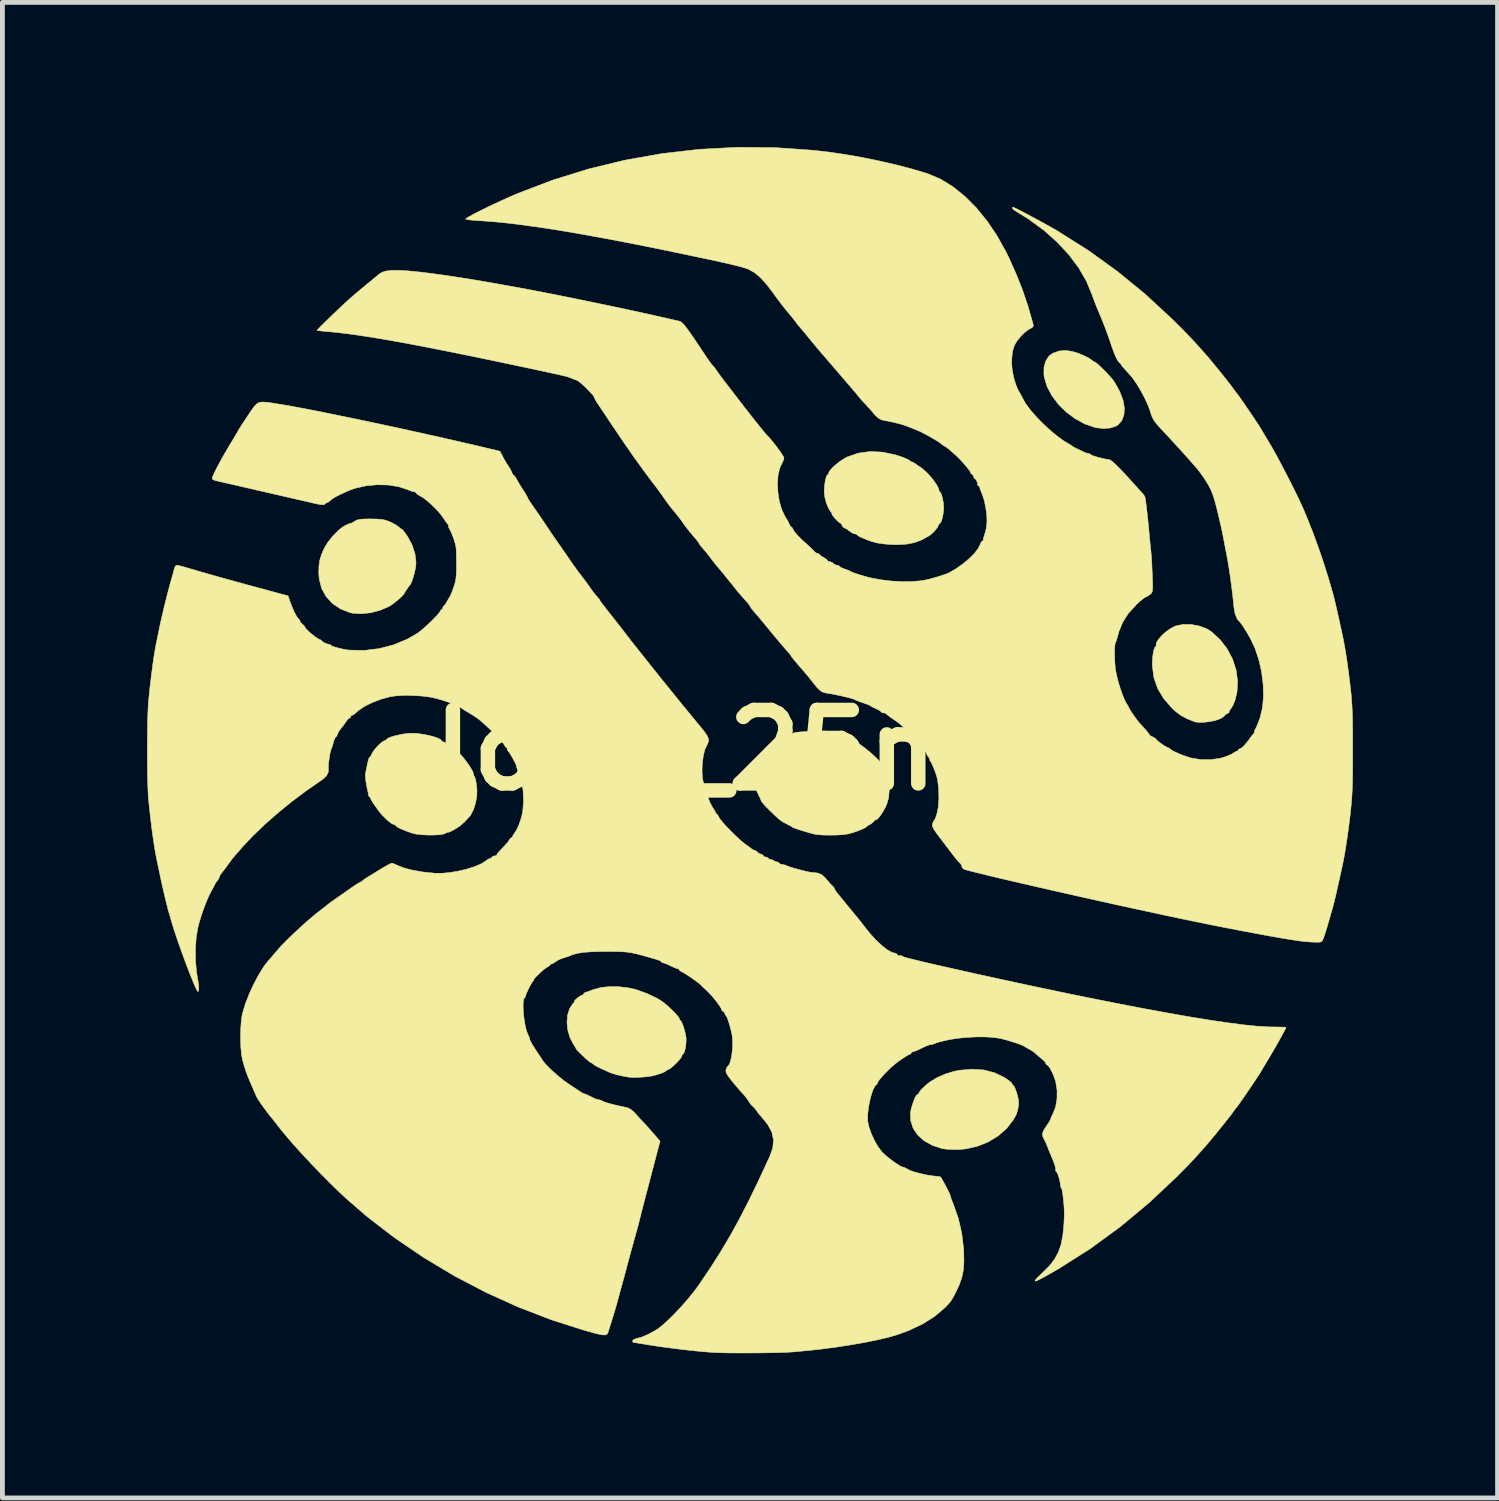
<source format=kicad_pcb>
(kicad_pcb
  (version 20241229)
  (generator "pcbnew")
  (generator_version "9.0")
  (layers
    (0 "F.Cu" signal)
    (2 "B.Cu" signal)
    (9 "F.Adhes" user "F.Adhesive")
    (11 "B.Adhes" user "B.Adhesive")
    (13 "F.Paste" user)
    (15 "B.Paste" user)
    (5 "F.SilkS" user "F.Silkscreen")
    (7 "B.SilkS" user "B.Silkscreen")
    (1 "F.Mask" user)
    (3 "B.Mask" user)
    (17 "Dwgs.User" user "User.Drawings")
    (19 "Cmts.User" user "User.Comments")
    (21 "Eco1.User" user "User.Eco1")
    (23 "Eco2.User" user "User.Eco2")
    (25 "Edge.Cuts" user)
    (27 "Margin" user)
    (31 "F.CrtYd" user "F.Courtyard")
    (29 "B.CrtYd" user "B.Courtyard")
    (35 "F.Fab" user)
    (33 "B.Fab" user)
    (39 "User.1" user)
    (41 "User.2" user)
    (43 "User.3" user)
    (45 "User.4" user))
  (footprint "logo_25mm"
    (layer "F.Cu")
    (at 12.512 12.509)
    (property "Reference" "logo_25mm" (at 0 0 0) (layer "F.SilkS") (effects (font (size 1.524 1.524) (thickness 0.3))))
    (attr through_hole)
    (fp_poly (pts (xy 6.698 -8.265) (xy 6.795 -8.234) (xy 6.896 -8.193) (xy 6.988 -8.15) (xy 7.052 -8.111) (xy 7.059 -8.106) (xy 7.11 -8.067) (xy 7.145 -8.048) (xy 7.149 -8.048) (xy 7.175 -8.031) (xy 7.227 -7.986) (xy 7.294 -7.923) (xy 7.368 -7.849) (xy 7.439 -7.774) (xy 7.499 -7.707) (xy 7.508 -7.697) (xy 7.553 -7.632) (xy 7.607 -7.54) (xy 7.66 -7.44) (xy 7.667 -7.425) (xy 7.731 -7.256) (xy 7.758 -7.098) (xy 7.749 -6.957) (xy 7.706 -6.839) (xy 7.628 -6.749) (xy 7.578 -6.718) (xy 7.464 -6.682) (xy 7.325 -6.671) (xy 7.179 -6.687) (xy 7.15 -6.693) (xy 6.938 -6.766) (xy 6.736 -6.876) (xy 6.551 -7.014) (xy 6.388 -7.175) (xy 6.254 -7.353) (xy 6.155 -7.541) (xy 6.097 -7.732) (xy 6.089 -7.791) (xy 6.09 -7.938) (xy 6.125 -8.067) (xy 6.189 -8.169) (xy 6.272 -8.232) (xy 6.408 -8.28) (xy 6.546 -8.291) (xy 6.698 -8.265)) (stroke (width 0.01) (type solid)) (fill yes) (layer "F.SilkS"))
    (fp_poly (pts (xy 9.146 -2.607) (xy 9.318 -2.574) (xy 9.475 -2.513) (xy 9.562 -2.458) (xy 9.744 -2.291) (xy 9.892 -2.098) (xy 10.003 -1.886) (xy 10.075 -1.662) (xy 10.106 -1.433) (xy 10.094 -1.205) (xy 10.051 -1.031) (xy 10.018 -0.949) (xy 9.98 -0.879) (xy 9.963 -0.858) (xy 9.934 -0.816) (xy 9.93 -0.791) (xy 9.922 -0.774) (xy 9.893 -0.761) (xy 9.852 -0.738) (xy 9.841 -0.721) (xy 9.821 -0.699) (xy 9.768 -0.666) (xy 9.723 -0.644) (xy 9.638 -0.615) (xy 9.529 -0.593) (xy 9.413 -0.579) (xy 9.307 -0.576) (xy 9.228 -0.585) (xy 9.219 -0.588) (xy 9.06 -0.651) (xy 8.933 -0.719) (xy 8.82 -0.804) (xy 8.746 -0.872) (xy 8.572 -1.071) (xy 8.447 -1.282) (xy 8.369 -1.508) (xy 8.338 -1.748) (xy 8.337 -1.806) (xy 8.343 -1.915) (xy 8.355 -2.013) (xy 8.372 -2.091) (xy 8.391 -2.136) (xy 8.402 -2.143) (xy 8.417 -2.161) (xy 8.415 -2.174) (xy 8.42 -2.225) (xy 8.461 -2.293) (xy 8.526 -2.37) (xy 8.609 -2.447) (xy 8.701 -2.514) (xy 8.793 -2.565) (xy 8.82 -2.576) (xy 8.974 -2.609) (xy 9.146 -2.607)) (stroke (width 0.01) (type solid)) (fill yes) (layer "F.SilkS"))
    (fp_poly (pts (xy 4.843 6.632) (xy 5.066 6.69) (xy 5.272 6.79) (xy 5.287 6.8) (xy 5.359 6.849) (xy 5.411 6.893) (xy 5.43 6.92) (xy 5.444 6.949) (xy 5.452 6.951) (xy 5.472 6.973) (xy 5.497 7.03) (xy 5.525 7.107) (xy 5.548 7.191) (xy 5.562 7.267) (xy 5.563 7.275) (xy 5.563 7.36) (xy 5.55 7.437) (xy 5.533 7.498) (xy 5.523 7.537) (xy 5.507 7.572) (xy 5.475 7.632) (xy 5.457 7.662) (xy 5.32 7.841) (xy 5.145 7.996) (xy 4.94 8.122) (xy 4.712 8.214) (xy 4.47 8.269) (xy 4.325 8.282) (xy 4.206 8.283) (xy 4.088 8.277) (xy 3.994 8.266) (xy 3.974 8.262) (xy 3.773 8.195) (xy 3.605 8.101) (xy 3.472 7.983) (xy 3.378 7.844) (xy 3.327 7.688) (xy 3.321 7.528) (xy 3.333 7.453) (xy 3.357 7.367) (xy 3.386 7.281) (xy 3.417 7.206) (xy 3.446 7.155) (xy 3.467 7.139) (xy 3.47 7.141) (xy 3.487 7.132) (xy 3.499 7.104) (xy 3.53 7.056) (xy 3.594 6.99) (xy 3.681 6.915) (xy 3.725 6.881) (xy 3.87 6.793) (xy 4.044 6.716) (xy 4.228 6.66) (xy 4.329 6.639) (xy 4.599 6.616) (xy 4.843 6.632)) (stroke (width 0.01) (type solid)) (fill yes) (layer "F.SilkS"))
    (fp_poly (pts (xy -7.745 -4.794) (xy -7.651 -4.787) (xy -7.577 -4.773) (xy -7.507 -4.749) (xy -7.475 -4.736) (xy -7.392 -4.695) (xy -7.323 -4.654) (xy -7.293 -4.63) (xy -7.252 -4.595) (xy -7.229 -4.584) (xy -7.207 -4.565) (xy -7.167 -4.514) (xy -7.116 -4.441) (xy -7.107 -4.429) (xy -7.015 -4.257) (xy -6.956 -4.077) (xy -6.934 -3.902) (xy -6.938 -3.828) (xy -6.951 -3.747) (xy -6.973 -3.653) (xy -7 -3.56) (xy -7.027 -3.484) (xy -7.049 -3.44) (xy -7.051 -3.438) (xy -7.077 -3.406) (xy -7.113 -3.355) (xy -7.149 -3.301) (xy -7.172 -3.262) (xy -7.176 -3.253) (xy -7.194 -3.226) (xy -7.241 -3.178) (xy -7.306 -3.12) (xy -7.379 -3.061) (xy -7.447 -3.011) (xy -7.496 -2.98) (xy -7.681 -2.901) (xy -7.877 -2.85) (xy -8.068 -2.829) (xy -8.243 -2.84) (xy -8.299 -2.852) (xy -8.498 -2.929) (xy -8.665 -3.041) (xy -8.797 -3.184) (xy -8.89 -3.353) (xy -8.941 -3.546) (xy -8.951 -3.675) (xy -8.947 -3.82) (xy -8.93 -3.938) (xy -8.897 -4.05) (xy -8.843 -4.177) (xy -8.843 -4.177) (xy -8.77 -4.301) (xy -8.667 -4.432) (xy -8.549 -4.553) (xy -8.482 -4.609) (xy -8.436 -4.639) (xy -8.422 -4.647) (xy -7.35 -4.647) (xy -7.338 -4.634) (xy -7.325 -4.647) (xy -7.338 -4.659) (xy -7.35 -4.647) (xy -8.422 -4.647) (xy -8.378 -4.671) (xy -8.323 -4.696) (xy -8.288 -4.707) (xy -8.283 -4.705) (xy -8.264 -4.712) (xy -8.22 -4.739) (xy -8.208 -4.746) (xy -8.167 -4.77) (xy -8.116 -4.784) (xy -8.044 -4.793) (xy -7.941 -4.796) (xy -7.873 -4.796) (xy -7.745 -4.794)) (stroke (width 0.01) (type solid)) (fill yes) (layer "F.SilkS"))
    (fp_poly (pts (xy -2.739 4.905) (xy -2.55 4.925) (xy -2.377 4.963) (xy -2.353 4.971) (xy -2.128 5.053) (xy -1.938 5.144) (xy -1.844 5.202) (xy -1.779 5.25) (xy -1.703 5.315) (xy -1.625 5.389) (xy -1.554 5.461) (xy -1.5 5.523) (xy -1.472 5.565) (xy -1.47 5.573) (xy -1.458 5.603) (xy -1.45 5.606) (xy -1.431 5.628) (xy -1.405 5.685) (xy -1.378 5.765) (xy -1.354 5.852) (xy -1.337 5.934) (xy -1.332 5.966) (xy -1.332 6.043) (xy -1.34 6.129) (xy -1.355 6.211) (xy -1.374 6.273) (xy -1.394 6.303) (xy -1.397 6.304) (xy -1.417 6.324) (xy -1.42 6.343) (xy -1.438 6.379) (xy -1.483 6.435) (xy -1.544 6.499) (xy -1.61 6.56) (xy -1.669 6.607) (xy -1.709 6.627) (xy -1.711 6.627) (xy -1.741 6.639) (xy -1.744 6.646) (xy -1.767 6.666) (xy -1.829 6.694) (xy -1.921 6.725) (xy -2.023 6.753) (xy -2.1 6.767) (xy -2.205 6.778) (xy -2.32 6.785) (xy -2.424 6.788) (xy -2.5 6.784) (xy -2.504 6.784) (xy -2.64 6.76) (xy -2.77 6.73) (xy -2.876 6.699) (xy -2.915 6.684) (xy -3.056 6.621) (xy -3.156 6.573) (xy -3.222 6.538) (xy -3.258 6.511) (xy -3.259 6.51) (xy -3.297 6.483) (xy -3.312 6.478) (xy -3.336 6.462) (xy -3.385 6.421) (xy -3.447 6.364) (xy -3.512 6.303) (xy -3.567 6.247) (xy -3.604 6.207) (xy -3.613 6.193) (xy -3.625 6.167) (xy -3.657 6.116) (xy -3.673 6.092) (xy -3.743 5.956) (xy -3.787 5.801) (xy -3.803 5.641) (xy -3.79 5.49) (xy -3.747 5.361) (xy -3.735 5.339) (xy -3.694 5.277) (xy -3.66 5.234) (xy -3.651 5.226) (xy -3.639 5.21) (xy -3.646 5.208) (xy -3.645 5.195) (xy -3.617 5.166) (xy -3.573 5.13) (xy -3.528 5.099) (xy -3.495 5.083) (xy -3.491 5.083) (xy -3.464 5.067) (xy -3.463 5.061) (xy -3.443 5.036) (xy -3.42 5.025) (xy -3.373 5.009) (xy -3.299 4.982) (xy -3.239 4.959) (xy -3.098 4.922) (xy -2.926 4.904) (xy -2.739 4.905)) (stroke (width 0.01) (type solid)) (fill yes) (layer "F.SilkS"))
    (fp_poly (pts (xy 2.743 -6.182) (xy 3.015 -6.124) (xy 3.17 -6.072) (xy 3.246 -6.04) (xy 3.297 -6.013) (xy 3.314 -5.998) (xy 3.334 -5.981) (xy 3.347 -5.98) (xy 3.389 -5.964) (xy 3.438 -5.93) (xy 3.484 -5.895) (xy 3.512 -5.88) (xy 3.537 -5.864) (xy 3.587 -5.823) (xy 3.648 -5.769) (xy 3.726 -5.687) (xy 3.8 -5.597) (xy 3.861 -5.509) (xy 3.9 -5.435) (xy 3.912 -5.393) (xy 3.923 -5.361) (xy 3.931 -5.357) (xy 3.951 -5.334) (xy 3.972 -5.277) (xy 3.991 -5.198) (xy 4.006 -5.112) (xy 4.011 -5.033) (xy 4.011 -5.031) (xy 4.006 -4.95) (xy 3.992 -4.863) (xy 3.974 -4.785) (xy 3.953 -4.729) (xy 3.935 -4.709) (xy 3.913 -4.688) (xy 3.899 -4.658) (xy 3.867 -4.602) (xy 3.811 -4.535) (xy 3.746 -4.474) (xy 3.709 -4.447) (xy 3.553 -4.361) (xy 3.404 -4.305) (xy 3.246 -4.274) (xy 3.063 -4.263) (xy 2.992 -4.263) (xy 2.868 -4.269) (xy 2.745 -4.281) (xy 2.644 -4.296) (xy 2.616 -4.302) (xy 2.53 -4.325) (xy 2.459 -4.348) (xy 2.429 -4.359) (xy 2.371 -4.384) (xy 2.3 -4.413) (xy 2.298 -4.414) (xy 2.245 -4.441) (xy 2.218 -4.463) (xy 2.217 -4.466) (xy 2.197 -4.482) (xy 2.171 -4.485) (xy 2.123 -4.5) (xy 2.063 -4.539) (xy 2.053 -4.547) (xy 1.999 -4.588) (xy 1.957 -4.608) (xy 1.951 -4.609) (xy 1.921 -4.63) (xy 1.906 -4.659) (xy 1.883 -4.699) (xy 1.866 -4.709) (xy 1.84 -4.725) (xy 1.798 -4.764) (xy 1.751 -4.813) (xy 1.713 -4.859) (xy 1.693 -4.891) (xy 1.694 -4.897) (xy 1.689 -4.917) (xy 1.665 -4.949) (xy 1.619 -5.023) (xy 1.577 -5.127) (xy 1.546 -5.243) (xy 1.534 -5.332) (xy 1.534 -5.414) (xy 1.542 -5.505) (xy 1.555 -5.592) (xy 1.572 -5.662) (xy 1.591 -5.702) (xy 1.598 -5.706) (xy 1.618 -5.726) (xy 1.619 -5.739) (xy 1.639 -5.784) (xy 1.691 -5.846) (xy 1.766 -5.916) (xy 1.854 -5.986) (xy 1.945 -6.046) (xy 2.006 -6.08) (xy 2.236 -6.16) (xy 2.483 -6.194) (xy 2.743 -6.182)) (stroke (width 0.01) (type solid)) (fill yes) (layer "F.SilkS"))
    (fp_poly (pts (xy -6.915 -0.347) (xy -6.796 -0.331) (xy -6.676 -0.308) (xy -6.567 -0.28) (xy -6.478 -0.249) (xy -6.421 -0.218) (xy -6.403 -0.193) (xy -6.383 -0.176) (xy -6.372 -0.174) (xy -6.337 -0.161) (xy -6.277 -0.127) (xy -6.204 -0.081) (xy -6.134 -0.033) (xy -6.081 0.009) (xy -6.058 0.033) (xy -6.036 0.063) (xy -5.996 0.107) (xy -5.941 0.169) (xy -5.881 0.248) (xy -5.824 0.33) (xy -5.778 0.404) (xy -5.751 0.458) (xy -5.748 0.473) (xy -5.734 0.527) (xy -5.726 0.54) (xy -5.702 0.596) (xy -5.683 0.696) (xy -5.67 0.822) (xy -5.673 0.951) (xy -5.698 1.091) (xy -5.739 1.225) (xy -5.793 1.333) (xy -5.815 1.364) (xy -5.922 1.483) (xy -6.025 1.572) (xy -6.135 1.643) (xy -6.207 1.681) (xy -6.259 1.704) (xy -6.279 1.706) (xy -6.279 1.706) (xy -6.294 1.705) (xy -6.319 1.721) (xy -6.368 1.741) (xy -6.455 1.754) (xy -6.566 1.76) (xy -6.69 1.76) (xy -6.813 1.754) (xy -6.923 1.742) (xy -7.009 1.723) (xy -7.014 1.721) (xy -7.15 1.672) (xy -7.255 1.629) (xy -7.323 1.593) (xy -7.35 1.568) (xy -7.35 1.567) (xy -7.37 1.547) (xy -7.384 1.545) (xy -7.434 1.525) (xy -7.512 1.466) (xy -7.607 1.377) (xy -7.655 1.324) (xy -7.713 1.252) (xy -7.771 1.171) (xy -7.824 1.095) (xy -7.862 1.032) (xy -7.879 0.994) (xy -7.879 0.99) (xy -7.891 0.972) (xy -7.894 0.972) (xy -7.915 0.952) (xy -7.917 0.941) (xy -7.924 0.893) (xy -7.935 0.847) (xy -7.955 0.753) (xy -7.972 0.655) (xy -7.982 0.568) (xy -7.985 0.509) (xy -7.984 0.501) (xy -7.956 0.355) (xy -7.934 0.252) (xy -7.918 0.188) (xy -7.904 0.156) (xy -7.896 0.149) (xy -7.875 0.129) (xy -7.859 0.093) (xy -7.829 0.037) (xy -7.777 -0.032) (xy -7.714 -0.102) (xy -7.651 -0.16) (xy -7.599 -0.194) (xy -7.581 -0.199) (xy -7.552 -0.212) (xy -7.549 -0.22) (xy -7.526 -0.243) (xy -7.465 -0.27) (xy -7.377 -0.297) (xy -7.273 -0.321) (xy -7.165 -0.34) (xy -7.063 -0.351) (xy -7.026 -0.352) (xy -6.915 -0.347)) (stroke (width 0.01) (type solid)) (fill yes) (layer "F.SilkS"))
    (fp_poly (pts (xy 1.51 -0.386) (xy 1.616 -0.372) (xy 1.719 -0.35) (xy 1.721 -0.35) (xy 1.88 -0.306) (xy 1.997 -0.27) (xy 2.068 -0.24) (xy 2.093 -0.218) (xy 2.093 -0.218) (xy 2.112 -0.2) (xy 2.116 -0.199) (xy 2.167 -0.183) (xy 2.242 -0.14) (xy 2.333 -0.077) (xy 2.431 -0.000423) (xy 2.528 0.081) (xy 2.614 0.161) (xy 2.682 0.232) (xy 2.721 0.287) (xy 2.728 0.308) (xy 2.741 0.347) (xy 2.773 0.402) (xy 2.773 0.402) (xy 2.81 0.469) (xy 2.831 0.526) (xy 2.866 0.708) (xy 2.879 0.858) (xy 2.868 0.988) (xy 2.833 1.11) (xy 2.797 1.192) (xy 2.758 1.263) (xy 2.713 1.333) (xy 2.67 1.392) (xy 2.636 1.43) (xy 2.617 1.438) (xy 2.616 1.432) (xy 2.602 1.438) (xy 2.566 1.472) (xy 2.557 1.481) (xy 2.51 1.524) (xy 2.474 1.544) (xy 2.471 1.545) (xy 2.435 1.563) (xy 2.424 1.576) (xy 2.387 1.605) (xy 2.314 1.641) (xy 2.219 1.679) (xy 2.115 1.713) (xy 2.014 1.739) (xy 2.007 1.74) (xy 1.912 1.753) (xy 1.789 1.76) (xy 1.652 1.762) (xy 1.517 1.76) (xy 1.401 1.752) (xy 1.321 1.74) (xy 1.233 1.716) (xy 1.134 1.687) (xy 1.036 1.657) (xy 0.952 1.629) (xy 0.893 1.607) (xy 0.872 1.596) (xy 0.844 1.578) (xy 0.787 1.547) (xy 0.76 1.533) (xy 0.704 1.505) (xy 0.659 1.478) (xy 0.614 1.446) (xy 0.561 1.401) (xy 0.491 1.335) (xy 0.405 1.252) (xy 0.329 1.176) (xy 0.268 1.11) (xy 0.232 1.064) (xy 0.224 1.048) (xy 0.212 1.008) (xy 0.186 0.961) (xy 0.127 0.835) (xy 0.092 0.679) (xy 0.083 0.512) (xy 0.102 0.349) (xy 0.102 0.346) (xy 0.122 0.268) (xy 0.141 0.215) (xy 0.152 0.199) (xy 0.17 0.178) (xy 0.184 0.141) (xy 0.208 0.095) (xy 0.257 0.031) (xy 0.321 -0.04) (xy 0.39 -0.109) (xy 0.453 -0.165) (xy 0.5 -0.196) (xy 0.513 -0.199) (xy 0.545 -0.213) (xy 0.548 -0.224) (xy 0.567 -0.248) (xy 0.574 -0.249) (xy 0.611 -0.259) (xy 0.675 -0.283) (xy 0.714 -0.301) (xy 0.781 -0.328) (xy 0.829 -0.34) (xy 0.841 -0.338) (xy 0.869 -0.34) (xy 0.889 -0.353) (xy 0.928 -0.365) (xy 1.008 -0.376) (xy 1.12 -0.384) (xy 1.23 -0.389) (xy 1.387 -0.391) (xy 1.51 -0.386)) (stroke (width 0.01) (type solid)) (fill yes) (layer "F.SilkS"))
    (fp_poly (pts (xy 0.51 -12.498) (xy 1.295 -12.443) (xy 1.619 -12.406) (xy 1.959 -12.357) (xy 2.317 -12.294) (xy 2.679 -12.22) (xy 3.031 -12.139) (xy 3.362 -12.052) (xy 3.657 -11.964) (xy 3.68 -11.956) (xy 3.942 -11.846) (xy 4.199 -11.689) (xy 4.449 -11.488) (xy 4.688 -11.248) (xy 4.914 -10.971) (xy 5.122 -10.66) (xy 5.311 -10.32) (xy 5.356 -10.228) (xy 5.512 -9.879) (xy 5.644 -9.548) (xy 5.758 -9.211) (xy 5.862 -8.848) (xy 5.867 -8.829) (xy 5.867 -8.787) (xy 5.83 -8.756) (xy 5.807 -8.746) (xy 5.75 -8.711) (xy 5.679 -8.653) (xy 5.619 -8.594) (xy 5.531 -8.489) (xy 5.473 -8.386) (xy 5.438 -8.271) (xy 5.423 -8.131) (xy 5.421 -8.01) (xy 5.433 -7.877) (xy 5.462 -7.73) (xy 5.504 -7.588) (xy 5.554 -7.469) (xy 5.58 -7.425) (xy 5.622 -7.352) (xy 5.651 -7.293) (xy 5.711 -7.186) (xy 5.805 -7.06) (xy 5.924 -6.922) (xy 6.061 -6.781) (xy 6.207 -6.645) (xy 6.355 -6.521) (xy 6.496 -6.418) (xy 6.604 -6.353) (xy 6.653 -6.324) (xy 6.677 -6.306) (xy 6.706 -6.287) (xy 6.763 -6.257) (xy 6.789 -6.245) (xy 6.862 -6.211) (xy 6.92 -6.182) (xy 6.932 -6.176) (xy 6.988 -6.157) (xy 7.013 -6.154) (xy 7.047 -6.144) (xy 7.051 -6.135) (xy 7.073 -6.12) (xy 7.13 -6.099) (xy 7.208 -6.076) (xy 7.293 -6.054) (xy 7.371 -6.037) (xy 7.427 -6.029) (xy 7.433 -6.029) (xy 7.467 -6.017) (xy 7.52 -5.977) (xy 7.595 -5.907) (xy 7.695 -5.806) (xy 7.822 -5.67) (xy 7.935 -5.545) (xy 8.012 -5.46) (xy 8.079 -5.386) (xy 8.128 -5.333) (xy 8.146 -5.313) (xy 8.18 -5.263) (xy 8.189 -5.235) (xy 8.201 -5.158) (xy 8.215 -5.045) (xy 8.231 -4.907) (xy 8.247 -4.758) (xy 8.262 -4.61) (xy 8.272 -4.497) (xy 8.283 -4.376) (xy 8.294 -4.264) (xy 8.303 -4.176) (xy 8.308 -4.136) (xy 8.313 -4.08) (xy 8.32 -3.986) (xy 8.327 -3.865) (xy 8.333 -3.728) (xy 8.336 -3.667) (xy 8.342 -3.521) (xy 8.344 -3.416) (xy 8.343 -3.344) (xy 8.337 -3.297) (xy 8.327 -3.268) (xy 8.31 -3.246) (xy 8.304 -3.24) (xy 8.247 -3.199) (xy 8.205 -3.179) (xy 8.164 -3.155) (xy 8.1 -3.105) (xy 8.026 -3.039) (xy 8.007 -3.02) (xy 7.845 -2.843) (xy 7.727 -2.66) (xy 7.645 -2.462) (xy 7.622 -2.379) (xy 7.601 -2.303) (xy 7.581 -2.246) (xy 7.573 -2.23) (xy 7.562 -2.19) (xy 7.556 -2.112) (xy 7.554 -2.009) (xy 7.556 -1.893) (xy 7.563 -1.776) (xy 7.574 -1.67) (xy 7.578 -1.644) (xy 7.601 -1.533) (xy 7.635 -1.404) (xy 7.676 -1.27) (xy 7.721 -1.144) (xy 7.763 -1.04) (xy 7.799 -0.971) (xy 7.801 -0.968) (xy 7.834 -0.918) (xy 7.848 -0.889) (xy 7.848 -0.888) (xy 7.862 -0.86) (xy 7.896 -0.804) (xy 7.943 -0.734) (xy 7.994 -0.662) (xy 8.04 -0.601) (xy 8.06 -0.577) (xy 8.108 -0.522) (xy 8.17 -0.454) (xy 8.191 -0.431) (xy 8.238 -0.376) (xy 8.268 -0.335) (xy 8.272 -0.324) (xy 8.292 -0.303) (xy 8.342 -0.276) (xy 8.347 -0.274) (xy 8.398 -0.247) (xy 8.421 -0.224) (xy 8.421 -0.223) (xy 8.44 -0.199) (xy 8.488 -0.161) (xy 8.549 -0.117) (xy 8.611 -0.077) (xy 8.657 -0.053) (xy 8.67 -0.05) (xy 8.699 -0.032) (xy 8.7 -0.03) (xy 8.729 -0.006) (xy 8.793 0.029) (xy 8.881 0.069) (xy 8.98 0.109) (xy 9.078 0.143) (xy 9.14 0.161) (xy 9.337 0.194) (xy 9.544 0.196) (xy 9.74 0.169) (xy 9.819 0.147) (xy 9.907 0.115) (xy 9.979 0.083) (xy 10.018 0.06) (xy 10.063 0.031) (xy 10.086 0.025) (xy 10.114 0.008) (xy 10.116 0) (xy 10.135 -0.023) (xy 10.147 -0.025) (xy 10.187 -0.045) (xy 10.246 -0.099) (xy 10.314 -0.18) (xy 10.365 -0.249) (xy 10.408 -0.308) (xy 10.443 -0.348) (xy 10.451 -0.355) (xy 10.462 -0.371) (xy 10.455 -0.373) (xy 10.451 -0.391) (xy 10.47 -0.43) (xy 10.496 -0.48) (xy 10.53 -0.561) (xy 10.566 -0.658) (xy 10.573 -0.677) (xy 10.622 -0.88) (xy 10.643 -1.113) (xy 10.636 -1.363) (xy 10.604 -1.621) (xy 10.547 -1.875) (xy 10.467 -2.114) (xy 10.368 -2.323) (xy 10.318 -2.41) (xy 10.265 -2.497) (xy 10.217 -2.572) (xy 10.181 -2.625) (xy 10.167 -2.641) (xy 10.096 -2.724) (xy 10.05 -2.842) (xy 10.029 -2.971) (xy 10.007 -3.186) (xy 9.979 -3.418) (xy 9.947 -3.65) (xy 9.913 -3.866) (xy 9.88 -4.05) (xy 9.878 -4.061) (xy 9.855 -4.176) (xy 9.833 -4.295) (xy 9.815 -4.385) (xy 9.801 -4.46) (xy 9.787 -4.532) (xy 9.769 -4.612) (xy 9.746 -4.712) (xy 9.716 -4.841) (xy 9.691 -4.946) (xy 9.647 -5.123) (xy 9.605 -5.264) (xy 9.56 -5.382) (xy 9.507 -5.489) (xy 9.44 -5.598) (xy 9.411 -5.643) (xy 9.351 -5.728) (xy 9.294 -5.805) (xy 9.253 -5.855) (xy 9.194 -5.921) (xy 9.143 -5.98) (xy 9.084 -6.047) (xy 8.999 -6.142) (xy 8.896 -6.256) (xy 8.784 -6.379) (xy 8.67 -6.502) (xy 8.571 -6.608) (xy 8.476 -6.71) (xy 8.41 -6.787) (xy 8.365 -6.851) (xy 8.334 -6.911) (xy 8.309 -6.978) (xy 8.295 -7.026) (xy 8.252 -7.146) (xy 8.186 -7.29) (xy 8.106 -7.442) (xy 8.02 -7.587) (xy 7.936 -7.709) (xy 7.904 -7.75) (xy 7.865 -7.794) (xy 7.81 -7.855) (xy 7.783 -7.884) (xy 7.735 -7.938) (xy 7.704 -7.977) (xy 7.699 -7.987) (xy 7.682 -8.011) (xy 7.643 -8.052) (xy 7.64 -8.055) (xy 7.602 -8.11) (xy 7.556 -8.211) (xy 7.503 -8.353) (xy 7.48 -8.423) (xy 7.427 -8.577) (xy 7.364 -8.749) (xy 7.299 -8.914) (xy 7.255 -9.021) (xy 7.202 -9.146) (xy 7.152 -9.269) (xy 7.112 -9.376) (xy 7.088 -9.443) (xy 6.972 -9.725) (xy 6.811 -10.004) (xy 6.607 -10.276) (xy 6.364 -10.538) (xy 6.086 -10.785) (xy 5.776 -11.013) (xy 5.512 -11.176) (xy 5.457 -11.214) (xy 5.431 -11.245) (xy 5.441 -11.261) (xy 5.448 -11.262) (xy 5.478 -11.25) (xy 5.544 -11.218) (xy 5.638 -11.17) (xy 5.752 -11.11) (xy 5.88 -11.042) (xy 6.013 -10.97) (xy 6.143 -10.898) (xy 6.264 -10.83) (xy 6.367 -10.771) (xy 6.385 -10.76) (xy 7.014 -10.362) (xy 7.612 -9.931) (xy 8.184 -9.463) (xy 8.737 -8.952) (xy 8.846 -8.845) (xy 8.966 -8.725) (xy 9.066 -8.622) (xy 9.157 -8.526) (xy 9.251 -8.425) (xy 9.357 -8.306) (xy 9.456 -8.195) (xy 9.515 -8.126) (xy 9.593 -8.032) (xy 9.682 -7.923) (xy 9.774 -7.809) (xy 9.862 -7.699) (xy 9.938 -7.602) (xy 9.994 -7.529) (xy 10.015 -7.499) (xy 10.056 -7.443) (xy 10.085 -7.405) (xy 10.091 -7.4) (xy 10.111 -7.374) (xy 10.153 -7.316) (xy 10.211 -7.233) (xy 10.279 -7.133) (xy 10.353 -7.025) (xy 10.425 -6.918) (xy 10.491 -6.819) (xy 10.545 -6.738) (xy 10.58 -6.681) (xy 10.587 -6.671) (xy 10.618 -6.618) (xy 10.667 -6.534) (xy 10.729 -6.431) (xy 10.796 -6.319) (xy 10.798 -6.316) (xy 10.862 -6.205) (xy 10.942 -6.059) (xy 11.032 -5.889) (xy 11.127 -5.706) (xy 11.222 -5.519) (xy 11.312 -5.339) (xy 11.39 -5.177) (xy 11.452 -5.042) (xy 11.457 -5.033) (xy 11.563 -4.78) (xy 11.675 -4.495) (xy 11.785 -4.193) (xy 11.888 -3.892) (xy 11.978 -3.607) (xy 12.006 -3.513) (xy 12.035 -3.412) (xy 12.062 -3.32) (xy 12.08 -3.256) (xy 12.082 -3.251) (xy 12.107 -3.155) (xy 12.139 -3.022) (xy 12.175 -2.866) (xy 12.182 -2.834) (xy 12.203 -2.738) (xy 12.226 -2.635) (xy 12.23 -2.616) (xy 12.273 -2.421) (xy 12.308 -2.25) (xy 12.337 -2.087) (xy 12.365 -1.914) (xy 12.393 -1.715) (xy 12.406 -1.619) (xy 12.429 -1.438) (xy 12.448 -1.28) (xy 12.463 -1.136) (xy 12.474 -0.997) (xy 12.482 -0.855) (xy 12.488 -0.7) (xy 12.491 -0.525) (xy 12.493 -0.319) (xy 12.493 -0.075) (xy 12.493 0) (xy 12.493 0.256) (xy 12.492 0.471) (xy 12.489 0.654) (xy 12.484 0.814) (xy 12.476 0.959) (xy 12.466 1.097) (xy 12.452 1.239) (xy 12.435 1.393) (xy 12.413 1.567) (xy 12.406 1.619) (xy 12.376 1.834) (xy 12.349 2.016) (xy 12.321 2.181) (xy 12.289 2.347) (xy 12.249 2.53) (xy 12.23 2.616) (xy 12.208 2.715) (xy 12.186 2.816) (xy 12.182 2.834) (xy 12.146 2.993) (xy 12.113 3.131) (xy 12.086 3.236) (xy 12.082 3.251) (xy 12.064 3.312) (xy 12.038 3.402) (xy 12.01 3.503) (xy 12.007 3.513) (xy 11.968 3.648) (xy 11.937 3.75) (xy 11.91 3.834) (xy 11.882 3.912) (xy 11.862 3.954) (xy 11.836 3.976) (xy 11.789 3.983) (xy 11.713 3.982) (xy 11.616 3.978) (xy 11.524 3.972) (xy 11.486 3.969) (xy 11.361 3.952) (xy 11.192 3.926) (xy 10.986 3.892) (xy 10.747 3.85) (xy 10.482 3.801) (xy 10.194 3.747) (xy 9.89 3.688) (xy 9.575 3.626) (xy 9.254 3.561) (xy 8.934 3.495) (xy 8.618 3.428) (xy 8.596 3.423) (xy 8.271 3.353) (xy 7.938 3.281) (xy 7.6 3.207) (xy 7.262 3.132) (xy 6.926 3.057) (xy 6.597 2.983) (xy 6.278 2.911) (xy 5.972 2.841) (xy 5.683 2.774) (xy 5.415 2.712) (xy 5.171 2.655) (xy 4.955 2.603) (xy 4.77 2.558) (xy 4.62 2.521) (xy 4.509 2.492) (xy 4.44 2.472) (xy 4.418 2.463) (xy 4.389 2.422) (xy 4.385 2.404) (xy 4.368 2.364) (xy 4.344 2.339) (xy 4.307 2.301) (xy 4.254 2.238) (xy 4.209 2.18) (xy 4.154 2.108) (xy 4.08 2.01) (xy 3.998 1.902) (xy 3.939 1.824) (xy 3.86 1.719) (xy 3.809 1.644) (xy 3.782 1.591) (xy 3.774 1.552) (xy 3.777 1.531) (xy 3.796 1.48) (xy 3.813 1.457) (xy 3.831 1.428) (xy 3.855 1.366) (xy 3.872 1.312) (xy 3.9 1.17) (xy 3.911 0.999) (xy 3.907 0.815) (xy 3.887 0.636) (xy 3.88 0.598) (xy 3.863 0.536) (xy 3.837 0.457) (xy 3.805 0.373) (xy 3.773 0.297) (xy 3.746 0.243) (xy 3.731 0.224) (xy 3.72 0.209) (xy 3.723 0.202) (xy 3.718 0.17) (xy 3.7 0.149) (xy 3.668 0.109) (xy 3.663 0.088) (xy 3.646 0.05) (xy 3.613 0.012) (xy 3.579 -0.024) (xy 3.573 -0.043) (xy 3.57 -0.065) (xy 3.538 -0.111) (xy 3.474 -0.182) (xy 3.376 -0.283) (xy 3.322 -0.336) (xy 3.227 -0.428) (xy 3.157 -0.495) (xy 3.099 -0.546) (xy 3.043 -0.589) (xy 2.977 -0.635) (xy 2.939 -0.66) (xy 2.876 -0.705) (xy 2.831 -0.741) (xy 2.82 -0.754) (xy 2.791 -0.769) (xy 2.764 -0.772) (xy 2.724 -0.781) (xy 2.716 -0.792) (xy 2.695 -0.813) (xy 2.642 -0.844) (xy 2.61 -0.859) (xy 2.544 -0.89) (xy 2.5 -0.914) (xy 2.492 -0.921) (xy 2.463 -0.936) (xy 2.401 -0.96) (xy 2.33 -0.985) (xy 2.25 -1.013) (xy 2.191 -1.036) (xy 2.168 -1.049) (xy 2.138 -1.061) (xy 2.071 -1.081) (xy 1.979 -1.104) (xy 1.873 -1.129) (xy 1.764 -1.152) (xy 1.665 -1.171) (xy 1.59 -1.183) (xy 1.531 -1.194) (xy 1.482 -1.214) (xy 1.434 -1.249) (xy 1.378 -1.307) (xy 1.306 -1.396) (xy 1.258 -1.457) (xy 1.209 -1.518) (xy 1.138 -1.603) (xy 1.057 -1.698) (xy 1.015 -1.746) (xy 0.945 -1.827) (xy 0.889 -1.895) (xy 0.855 -1.939) (xy 0.847 -1.953) (xy 0.832 -1.978) (xy 0.793 -2.025) (xy 0.771 -2.049) (xy 0.719 -2.108) (xy 0.64 -2.2) (xy 0.538 -2.321) (xy 0.419 -2.465) (xy 0.286 -2.627) (xy 0.256 -2.664) (xy 0.197 -2.734) (xy 0.127 -2.815) (xy 0.093 -2.853) (xy 0.042 -2.914) (xy 0.008 -2.96) (xy 0 -2.978) (xy -0.016 -3.005) (xy -0.056 -3.056) (xy -0.106 -3.113) (xy -0.182 -3.198) (xy -0.26 -3.289) (xy -0.299 -3.337) (xy -0.362 -3.416) (xy -0.423 -3.492) (xy -0.448 -3.523) (xy -0.5 -3.586) (xy -0.543 -3.642) (xy -0.548 -3.648) (xy -0.586 -3.694) (xy -0.641 -3.759) (xy -0.674 -3.798) (xy -0.739 -3.876) (xy -0.801 -3.956) (xy -0.823 -3.986) (xy -0.878 -4.059) (xy -0.945 -4.141) (xy -0.971 -4.169) (xy -1.021 -4.227) (xy -1.053 -4.27) (xy -1.059 -4.283) (xy -1.074 -4.309) (xy -1.115 -4.362) (xy -1.173 -4.431) (xy -1.188 -4.449) (xy -1.264 -4.539) (xy -1.337 -4.632) (xy -1.392 -4.708) (xy -1.392 -4.709) (xy -1.449 -4.789) (xy -1.522 -4.883) (xy -1.583 -4.956) (xy -1.658 -5.049) (xy -1.734 -5.149) (xy -1.782 -5.218) (xy -1.831 -5.288) (xy -1.901 -5.385) (xy -1.983 -5.495) (xy -2.061 -5.597) (xy -2.225 -5.817) (xy -2.41 -6.074) (xy -2.611 -6.363) (xy -2.824 -6.678) (xy -2.896 -6.785) (xy -2.976 -6.906) (xy -3.051 -7.019) (xy -3.116 -7.115) (xy -3.162 -7.184) (xy -3.176 -7.204) (xy -3.214 -7.266) (xy -3.237 -7.312) (xy -3.239 -7.322) (xy -3.256 -7.353) (xy -3.302 -7.407) (xy -3.366 -7.474) (xy -3.437 -7.544) (xy -3.507 -7.607) (xy -3.565 -7.653) (xy -3.601 -7.674) (xy -3.603 -7.674) (xy -3.634 -7.683) (xy -3.689 -7.706) (xy -3.696 -7.709) (xy -3.722 -7.72) (xy -3.748 -7.73) (xy -3.78 -7.741) (xy -3.823 -7.753) (xy -3.882 -7.767) (xy -3.961 -7.786) (xy -4.065 -7.809) (xy -4.2 -7.838) (xy -4.37 -7.875) (xy -4.58 -7.92) (xy -4.771 -7.96) (xy -5.336 -8.08) (xy -5.855 -8.187) (xy -6.33 -8.283) (xy -6.762 -8.368) (xy -7.153 -8.442) (xy -7.507 -8.506) (xy -7.824 -8.559) (xy -8.106 -8.603) (xy -8.357 -8.638) (xy -8.576 -8.663) (xy -8.67 -8.673) (xy -8.789 -8.684) (xy -8.888 -8.693) (xy -8.957 -8.701) (xy -8.987 -8.706) (xy -8.988 -8.706) (xy -8.973 -8.724) (xy -8.929 -8.771) (xy -8.861 -8.839) (xy -8.775 -8.922) (xy -8.679 -9.016) (xy -8.578 -9.112) (xy -8.48 -9.206) (xy -8.389 -9.291) (xy -8.371 -9.307) (xy -8.295 -9.375) (xy -8.194 -9.463) (xy -8.083 -9.556) (xy -7.998 -9.627) (xy -7.9 -9.707) (xy -7.811 -9.781) (xy -7.74 -9.839) (xy -7.7 -9.873) (xy -7.636 -9.913) (xy -7.549 -9.939) (xy -7.435 -9.952) (xy -7.285 -9.952) (xy -7.093 -9.941) (xy -7.089 -9.94) (xy -6.844 -9.916) (xy -6.555 -9.88) (xy -6.224 -9.833) (xy -5.856 -9.776) (xy -5.455 -9.709) (xy -5.024 -9.632) (xy -4.566 -9.548) (xy -4.086 -9.455) (xy -3.588 -9.355) (xy -3.074 -9.249) (xy -2.548 -9.138) (xy -2.015 -9.021) (xy -1.479 -8.9) (xy -1.453 -8.891) (xy -1.425 -8.872) (xy -1.391 -8.841) (xy -1.349 -8.792) (xy -1.296 -8.721) (xy -1.227 -8.625) (xy -1.141 -8.499) (xy -1.034 -8.339) (xy -0.915 -8.16) (xy -0.862 -8.082) (xy -0.817 -8.02) (xy -0.788 -7.986) (xy -0.788 -7.985) (xy -0.754 -7.948) (xy -0.713 -7.893) (xy -0.71 -7.888) (xy -0.647 -7.798) (xy -0.578 -7.705) (xy -0.493 -7.594) (xy -0.448 -7.536) (xy -0.373 -7.439) (xy -0.293 -7.335) (xy -0.237 -7.262) (xy -0.153 -7.152) (xy -0.061 -7.035) (xy 0.033 -6.915) (xy 0.123 -6.801) (xy 0.204 -6.7) (xy 0.271 -6.617) (xy 0.317 -6.562) (xy 0.336 -6.54) (xy 0.384 -6.492) (xy 0.445 -6.421) (xy 0.513 -6.336) (xy 0.579 -6.248) (xy 0.637 -6.167) (xy 0.679 -6.102) (xy 0.697 -6.065) (xy 0.698 -6.063) (xy 0.684 -6.005) (xy 0.664 -5.966) (xy 0.609 -5.85) (xy 0.575 -5.701) (xy 0.563 -5.53) (xy 0.572 -5.349) (xy 0.6 -5.169) (xy 0.647 -5.002) (xy 0.713 -4.859) (xy 0.734 -4.824) (xy 0.776 -4.756) (xy 0.805 -4.696) (xy 0.809 -4.687) (xy 0.83 -4.645) (xy 0.846 -4.634) (xy 0.868 -4.614) (xy 0.895 -4.564) (xy 0.896 -4.562) (xy 0.927 -4.515) (xy 0.987 -4.447) (xy 1.065 -4.369) (xy 1.117 -4.322) (xy 1.199 -4.248) (xy 1.268 -4.183) (xy 1.314 -4.137) (xy 1.328 -4.12) (xy 1.366 -4.09) (xy 1.383 -4.086) (xy 1.426 -4.067) (xy 1.438 -4.054) (xy 1.474 -4.022) (xy 1.526 -3.993) (xy 1.575 -3.964) (xy 1.595 -3.937) (xy 1.615 -3.916) (xy 1.641 -3.912) (xy 1.696 -3.894) (xy 1.719 -3.874) (xy 1.768 -3.842) (xy 1.797 -3.837) (xy 1.836 -3.828) (xy 1.844 -3.816) (xy 1.865 -3.797) (xy 1.919 -3.772) (xy 1.95 -3.761) (xy 2.016 -3.737) (xy 2.061 -3.718) (xy 2.068 -3.713) (xy 2.101 -3.695) (xy 2.171 -3.669) (xy 2.264 -3.639) (xy 2.37 -3.607) (xy 2.476 -3.579) (xy 2.479 -3.578) (xy 2.69 -3.537) (xy 2.918 -3.509) (xy 3.149 -3.496) (xy 3.367 -3.498) (xy 3.558 -3.516) (xy 3.607 -3.524) (xy 3.702 -3.546) (xy 3.814 -3.576) (xy 3.929 -3.61) (xy 4.031 -3.644) (xy 4.105 -3.672) (xy 4.12 -3.679) (xy 4.269 -3.765) (xy 4.413 -3.867) (xy 4.543 -3.976) (xy 4.651 -4.085) (xy 4.728 -4.187) (xy 4.761 -4.254) (xy 4.785 -4.309) (xy 4.808 -4.335) (xy 4.811 -4.335) (xy 4.83 -4.35) (xy 4.83 -4.354) (xy 4.833 -4.392) (xy 4.839 -4.41) (xy 4.877 -4.532) (xy 4.899 -4.629) (xy 4.907 -4.725) (xy 4.908 -4.773) (xy 4.901 -4.904) (xy 4.88 -5.047) (xy 4.85 -5.185) (xy 4.814 -5.298) (xy 4.799 -5.334) (xy 4.772 -5.397) (xy 4.759 -5.444) (xy 4.759 -5.448) (xy 4.744 -5.478) (xy 4.734 -5.481) (xy 4.713 -5.495) (xy 4.714 -5.5) (xy 4.711 -5.542) (xy 4.692 -5.592) (xy 4.667 -5.626) (xy 4.657 -5.631) (xy 4.637 -5.651) (xy 4.634 -5.667) (xy 4.615 -5.708) (xy 4.591 -5.728) (xy 4.565 -5.749) (xy 4.569 -5.755) (xy 4.565 -5.772) (xy 4.535 -5.816) (xy 4.485 -5.878) (xy 4.423 -5.95) (xy 4.357 -6.023) (xy 4.294 -6.087) (xy 4.263 -6.116) (xy 4.168 -6.2) (xy 4.103 -6.255) (xy 4.063 -6.287) (xy 4.04 -6.302) (xy 4.032 -6.304) (xy 4.002 -6.319) (xy 3.982 -6.336) (xy 3.93 -6.377) (xy 3.846 -6.431) (xy 3.742 -6.492) (xy 3.63 -6.554) (xy 3.523 -6.608) (xy 3.434 -6.647) (xy 3.426 -6.65) (xy 3.339 -6.684) (xy 3.265 -6.713) (xy 3.227 -6.729) (xy 3.166 -6.749) (xy 3.073 -6.775) (xy 2.963 -6.801) (xy 2.853 -6.825) (xy 2.773 -6.839) (xy 2.711 -6.855) (xy 2.657 -6.886) (xy 2.597 -6.941) (xy 2.549 -6.996) (xy 2.48 -7.076) (xy 2.414 -7.149) (xy 2.366 -7.2) (xy 2.305 -7.264) (xy 2.245 -7.336) (xy 2.241 -7.341) (xy 2.206 -7.385) (xy 2.144 -7.458) (xy 2.062 -7.554) (xy 1.967 -7.666) (xy 1.871 -7.777) (xy 1.765 -7.901) (xy 1.66 -8.022) (xy 1.566 -8.131) (xy 1.489 -8.22) (xy 1.445 -8.272) (xy 1.365 -8.366) (xy 1.276 -8.474) (xy 1.208 -8.558) (xy 1.144 -8.636) (xy 1.089 -8.703) (xy 1.051 -8.746) (xy 1.049 -8.748) (xy 1.006 -8.798) (xy 0.959 -8.858) (xy 0.905 -8.93) (xy 0.855 -8.992) (xy 0.73 -9.143) (xy 0.62 -9.283) (xy 0.508 -9.434) (xy 0.469 -9.489) (xy 0.332 -9.668) (xy 0.207 -9.804) (xy 0.088 -9.904) (xy -0.031 -9.971) (xy -0.07 -9.987) (xy -0.126 -10.005) (xy -0.2 -10.027) (xy -0.297 -10.052) (xy -0.42 -10.081) (xy -0.573 -10.116) (xy -0.758 -10.157) (xy -0.98 -10.204) (xy -1.241 -10.259) (xy -1.546 -10.323) (xy -1.744 -10.364) (xy -2.364 -10.49) (xy -2.942 -10.601) (xy -3.478 -10.699) (xy -3.971 -10.783) (xy -4.421 -10.852) (xy -4.826 -10.907) (xy -5.185 -10.948) (xy -5.497 -10.974) (xy -5.587 -10.979) (xy -5.706 -10.987) (xy -5.805 -10.996) (xy -5.874 -11.006) (xy -5.904 -11.015) (xy -5.905 -11.016) (xy -5.883 -11.036) (xy -5.822 -11.073) (xy -5.729 -11.123) (xy -5.61 -11.184) (xy -5.471 -11.253) (xy -5.32 -11.325) (xy -5.162 -11.398) (xy -5.004 -11.469) (xy -4.853 -11.535) (xy -4.812 -11.552) (xy -4.09 -11.827) (xy -3.35 -12.056) (xy -2.595 -12.239) (xy -1.829 -12.374) (xy -1.054 -12.463) (xy -0.274 -12.504) (xy 0.51 -12.498)) (stroke (width 0.01) (type solid)) (fill yes) (layer "F.SilkS"))
    (fp_poly (pts (xy -10.038 -7.217) (xy -9.921 -7.201) (xy -9.767 -7.176) (xy -9.594 -7.148) (xy -9.379 -7.108) (xy -9.125 -7.06) (xy -8.839 -7.003) (xy -8.524 -6.939) (xy -8.188 -6.87) (xy -7.834 -6.795) (xy -7.467 -6.717) (xy -7.095 -6.636) (xy -6.72 -6.553) (xy -6.349 -6.47) (xy -5.987 -6.387) (xy -5.638 -6.306) (xy -5.468 -6.266) (xy -5.193 -6.201) (xy -5.133 -6.084) (xy -5.086 -5.999) (xy -5.037 -5.92) (xy -5.018 -5.892) (xy -4.976 -5.826) (xy -4.948 -5.765) (xy -4.947 -5.762) (xy -4.927 -5.718) (xy -4.911 -5.706) (xy -4.888 -5.685) (xy -4.856 -5.635) (xy -4.844 -5.613) (xy -4.8 -5.536) (xy -4.745 -5.446) (xy -4.719 -5.407) (xy -4.672 -5.335) (xy -4.637 -5.273) (xy -4.625 -5.248) (xy -4.603 -5.204) (xy -4.56 -5.136) (xy -4.508 -5.061) (xy -4.445 -4.971) (xy -4.369 -4.86) (xy -4.295 -4.751) (xy -4.283 -4.734) (xy -4.131 -4.506) (xy -3.985 -4.294) (xy -3.894 -4.164) (xy -3.838 -4.084) (xy -3.789 -4.014) (xy -3.762 -3.973) (xy -3.677 -3.85) (xy -3.575 -3.709) (xy -3.476 -3.579) (xy -3.41 -3.492) (xy -3.345 -3.403) (xy -3.31 -3.351) (xy -3.253 -3.273) (xy -3.194 -3.2) (xy -3.178 -3.183) (xy -3.139 -3.139) (xy -3.124 -3.116) (xy -3.125 -3.114) (xy -3.115 -3.096) (xy -3.079 -3.046) (xy -3.022 -2.972) (xy -2.951 -2.88) (xy -2.933 -2.858) (xy -2.85 -2.753) (xy -2.772 -2.655) (xy -2.709 -2.575) (xy -2.668 -2.521) (xy -2.666 -2.519) (xy -2.533 -2.345) (xy -2.421 -2.201) (xy -2.354 -2.118) (xy -2.297 -2.046) (xy -2.221 -1.951) (xy -2.142 -1.851) (xy -2.116 -1.819) (xy -2.058 -1.745) (xy -1.998 -1.67) (xy -1.932 -1.588) (xy -1.856 -1.493) (xy -1.763 -1.378) (xy -1.65 -1.238) (xy -1.51 -1.065) (xy -1.505 -1.059) (xy -1.426 -0.962) (xy -1.361 -0.882) (xy -1.302 -0.81) (xy -1.24 -0.735) (xy -1.167 -0.646) (xy -1.073 -0.532) (xy -1.038 -0.49) (xy -0.951 -0.382) (xy -0.896 -0.301) (xy -0.869 -0.237) (xy -0.868 -0.181) (xy -0.889 -0.124) (xy -0.91 -0.087) (xy -0.948 0.001) (xy -0.976 0.124) (xy -0.995 0.267) (xy -1.002 0.415) (xy -0.995 0.553) (xy -0.989 0.598) (xy -0.963 0.719) (xy -0.924 0.853) (xy -0.878 0.984) (xy -0.83 1.1) (xy -0.785 1.185) (xy -0.771 1.205) (xy -0.737 1.256) (xy -0.723 1.293) (xy -0.706 1.319) (xy -0.7 1.321) (xy -0.676 1.341) (xy -0.656 1.384) (xy -0.629 1.428) (xy -0.572 1.498) (xy -0.495 1.584) (xy -0.404 1.678) (xy -0.309 1.772) (xy -0.217 1.857) (xy -0.136 1.926) (xy -0.091 1.96) (xy -0.029 2.003) (xy 0.014 2.036) (xy 0.025 2.046) (xy 0.056 2.065) (xy 0.093 2.079) (xy 0.137 2.1) (xy 0.149 2.117) (xy 0.171 2.137) (xy 0.212 2.153) (xy 0.258 2.173) (xy 0.274 2.193) (xy 0.295 2.213) (xy 0.324 2.217) (xy 0.364 2.228) (xy 0.374 2.242) (xy 0.395 2.263) (xy 0.422 2.267) (xy 0.47 2.279) (xy 0.486 2.292) (xy 0.521 2.313) (xy 0.55 2.317) (xy 0.589 2.328) (xy 0.598 2.342) (xy 0.619 2.362) (xy 0.649 2.367) (xy 0.709 2.378) (xy 0.767 2.401) (xy 0.817 2.42) (xy 0.897 2.445) (xy 0.994 2.472) (xy 1.094 2.498) (xy 1.186 2.52) (xy 1.255 2.534) (xy 1.289 2.536) (xy 1.324 2.538) (xy 1.386 2.547) (xy 1.399 2.549) (xy 1.471 2.577) (xy 1.54 2.634) (xy 1.585 2.685) (xy 1.641 2.752) (xy 1.689 2.802) (xy 1.712 2.823) (xy 1.741 2.857) (xy 1.744 2.87) (xy 1.759 2.903) (xy 1.798 2.958) (xy 1.831 2.999) (xy 1.897 3.078) (xy 1.973 3.171) (xy 2.018 3.227) (xy 2.089 3.313) (xy 2.162 3.402) (xy 2.203 3.451) (xy 2.266 3.528) (xy 2.338 3.62) (xy 2.384 3.681) (xy 2.5 3.823) (xy 2.619 3.951) (xy 2.737 4.06) (xy 2.845 4.143) (xy 2.939 4.195) (xy 3.004 4.211) (xy 3.036 4.225) (xy 3.04 4.236) (xy 3.061 4.255) (xy 3.1 4.26) (xy 3.149 4.268) (xy 3.168 4.282) (xy 3.194 4.292) (xy 3.265 4.312) (xy 3.376 4.34) (xy 3.524 4.376) (xy 3.705 4.419) (xy 3.915 4.467) (xy 4.149 4.52) (xy 4.403 4.577) (xy 4.675 4.638) (xy 4.959 4.7) (xy 5.251 4.764) (xy 5.548 4.828) (xy 5.846 4.892) (xy 6.14 4.954) (xy 6.426 5.014) (xy 6.701 5.071) (xy 6.961 5.124) (xy 6.989 5.13) (xy 7.592 5.25) (xy 8.148 5.357) (xy 8.656 5.45) (xy 9.116 5.531) (xy 9.529 5.598) (xy 9.894 5.652) (xy 10.212 5.694) (xy 10.483 5.722) (xy 10.708 5.737) (xy 10.807 5.74) (xy 10.924 5.741) (xy 11.02 5.743) (xy 11.086 5.745) (xy 11.112 5.747) (xy 11.112 5.747) (xy 11.101 5.774) (xy 11.069 5.835) (xy 11.023 5.921) (xy 10.967 6.022) (xy 10.906 6.13) (xy 10.845 6.236) (xy 10.79 6.329) (xy 10.773 6.358) (xy 10.71 6.463) (xy 10.652 6.56) (xy 10.607 6.637) (xy 10.587 6.671) (xy 10.558 6.717) (xy 10.509 6.791) (xy 10.447 6.886) (xy 10.376 6.991) (xy 10.302 7.1) (xy 10.231 7.203) (xy 10.169 7.292) (xy 10.122 7.359) (xy 10.094 7.396) (xy 10.091 7.4) (xy 10.068 7.426) (xy 10.03 7.478) (xy 10.015 7.499) (xy 9.975 7.555) (xy 9.91 7.638) (xy 9.828 7.742) (xy 9.737 7.854) (xy 9.646 7.968) (xy 9.56 8.071) (xy 9.489 8.156) (xy 9.456 8.195) (xy 9.332 8.334) (xy 9.229 8.448) (xy 9.137 8.547) (xy 9.045 8.644) (xy 8.941 8.749) (xy 8.846 8.845) (xy 8.268 9.388) (xy 7.669 9.887) (xy 7.047 10.341) (xy 6.402 10.75) (xy 6.255 10.835) (xy 6.107 10.919) (xy 6 10.976) (xy 5.932 11.007) (xy 5.903 11.011) (xy 5.911 10.989) (xy 5.955 10.94) (xy 6.033 10.863) (xy 6.08 10.82) (xy 6.209 10.689) (xy 6.311 10.556) (xy 6.388 10.413) (xy 6.444 10.253) (xy 6.481 10.066) (xy 6.503 9.845) (xy 6.512 9.642) (xy 6.511 9.561) (xy 6.506 9.461) (xy 6.497 9.354) (xy 6.486 9.253) (xy 6.475 9.168) (xy 6.464 9.111) (xy 6.456 9.094) (xy 6.442 9.072) (xy 6.434 9.026) (xy 6.423 8.953) (xy 6.404 8.874) (xy 6.381 8.803) (xy 6.359 8.756) (xy 6.347 8.745) (xy 6.332 8.726) (xy 6.332 8.714) (xy 6.331 8.667) (xy 6.311 8.593) (xy 6.27 8.485) (xy 6.227 8.384) (xy 6.204 8.329) (xy 6.191 8.297) (xy 6.191 8.297) (xy 6.164 8.225) (xy 6.127 8.138) (xy 6.092 8.069) (xy 6.063 8.003) (xy 6.06 7.944) (xy 6.087 7.878) (xy 6.142 7.795) (xy 6.188 7.727) (xy 6.22 7.673) (xy 6.229 7.65) (xy 6.24 7.614) (xy 6.268 7.556) (xy 6.275 7.544) (xy 6.331 7.403) (xy 6.36 7.235) (xy 6.362 7.057) (xy 6.335 6.886) (xy 6.322 6.839) (xy 6.282 6.731) (xy 6.238 6.636) (xy 6.196 6.566) (xy 6.161 6.53) (xy 6.152 6.528) (xy 6.131 6.508) (xy 6.129 6.497) (xy 6.111 6.463) (xy 6.065 6.417) (xy 6.048 6.403) (xy 5.981 6.349) (xy 5.923 6.297) (xy 5.916 6.291) (xy 5.855 6.243) (xy 5.791 6.205) (xy 5.728 6.171) (xy 5.681 6.141) (xy 5.633 6.117) (xy 5.549 6.085) (xy 5.441 6.05) (xy 5.323 6.014) (xy 5.207 5.984) (xy 5.182 5.978) (xy 5.045 5.957) (xy 4.874 5.947) (xy 4.681 5.947) (xy 4.481 5.957) (xy 4.288 5.977) (xy 4.123 6.004) (xy 4.011 6.029) (xy 3.917 6.052) (xy 3.851 6.072) (xy 3.826 6.083) (xy 3.783 6.101) (xy 3.75 6.104) (xy 3.702 6.115) (xy 3.627 6.144) (xy 3.554 6.179) (xy 3.474 6.218) (xy 3.409 6.245) (xy 3.375 6.254) (xy 3.342 6.268) (xy 3.339 6.279) (xy 3.321 6.303) (xy 3.315 6.304) (xy 3.281 6.317) (xy 3.219 6.354) (xy 3.142 6.405) (xy 3.061 6.462) (xy 2.989 6.518) (xy 2.978 6.527) (xy 2.904 6.593) (xy 2.826 6.67) (xy 2.752 6.747) (xy 2.691 6.817) (xy 2.652 6.869) (xy 2.641 6.891) (xy 2.628 6.926) (xy 2.621 6.931) (xy 2.582 6.969) (xy 2.543 7.048) (xy 2.507 7.155) (xy 2.475 7.281) (xy 2.45 7.415) (xy 2.435 7.546) (xy 2.433 7.665) (xy 2.435 7.698) (xy 2.46 7.817) (xy 2.51 7.956) (xy 2.577 8.101) (xy 2.654 8.232) (xy 2.733 8.335) (xy 2.734 8.336) (xy 2.797 8.396) (xy 2.877 8.463) (xy 2.965 8.53) (xy 3.049 8.587) (xy 3.118 8.629) (xy 3.16 8.646) (xy 3.162 8.646) (xy 3.203 8.658) (xy 3.252 8.685) (xy 3.318 8.719) (xy 3.399 8.747) (xy 3.407 8.749) (xy 3.499 8.773) (xy 3.593 8.796) (xy 3.595 8.797) (xy 3.68 8.814) (xy 3.78 8.829) (xy 3.818 8.833) (xy 3.89 8.841) (xy 3.937 8.848) (xy 3.947 8.851) (xy 3.96 8.874) (xy 3.98 8.907) (xy 4.012 8.964) (xy 4.051 9.036) (xy 4.091 9.113) (xy 4.124 9.181) (xy 4.145 9.229) (xy 4.149 9.244) (xy 4.153 9.264) (xy 4.172 9.32) (xy 4.203 9.397) (xy 4.204 9.399) (xy 4.313 9.707) (xy 4.384 10.013) (xy 4.423 10.337) (xy 4.427 10.411) (xy 4.43 10.617) (xy 4.417 10.79) (xy 4.384 10.946) (xy 4.329 11.098) (xy 4.294 11.174) (xy 4.239 11.286) (xy 4.196 11.366) (xy 4.157 11.427) (xy 4.113 11.481) (xy 4.054 11.543) (xy 4.036 11.562) (xy 3.827 11.74) (xy 3.575 11.9) (xy 3.282 12.038) (xy 3.049 12.123) (xy 2.866 12.176) (xy 2.642 12.229) (xy 2.385 12.281) (xy 2.103 12.331) (xy 1.806 12.377) (xy 1.501 12.418) (xy 1.197 12.452) (xy 0.902 12.479) (xy 0.86 12.482) (xy 0.734 12.489) (xy 0.571 12.494) (xy 0.379 12.498) (xy 0.17 12.501) (xy -0.045 12.502) (xy -0.256 12.502) (xy -0.452 12.501) (xy -0.623 12.497) (xy -0.757 12.492) (xy -0.785 12.49) (xy -0.952 12.477) (xy -1.154 12.458) (xy -1.375 12.434) (xy -1.601 12.406) (xy -1.816 12.378) (xy -2.006 12.35) (xy -2.05 12.343) (xy -2.179 12.322) (xy -2.29 12.304) (xy -2.374 12.291) (xy -2.422 12.284) (xy -2.43 12.283) (xy -2.441 12.263) (xy -2.442 12.249) (xy -2.419 12.222) (xy -2.364 12.202) (xy -2.358 12.201) (xy -2.251 12.172) (xy -2.124 12.118) (xy -1.991 12.047) (xy -1.918 12.002) (xy -1.818 11.924) (xy -1.697 11.814) (xy -1.563 11.681) (xy -1.424 11.532) (xy -1.289 11.377) (xy -1.165 11.224) (xy -1.064 11.087) (xy -0.831 10.741) (xy -0.617 10.405) (xy -0.416 10.066) (xy -0.223 9.716) (xy -0.031 9.342) (xy 0.166 8.935) (xy 0.237 8.783) (xy 0.292 8.665) (xy 0.35 8.54) (xy 0.4 8.432) (xy 0.405 8.421) (xy 0.466 8.247) (xy 0.48 8.082) (xy 0.446 7.924) (xy 0.364 7.768) (xy 0.261 7.64) (xy 0.2 7.57) (xy 0.147 7.503) (xy 0.13 7.478) (xy 0.085 7.419) (xy 0.044 7.38) (xy -0.000416 7.333) (xy -0.035 7.28) (xy -0.074 7.22) (xy -0.131 7.151) (xy -0.154 7.126) (xy -0.209 7.065) (xy -0.282 6.98) (xy -0.359 6.888) (xy -0.38 6.863) (xy -0.45 6.772) (xy -0.491 6.708) (xy -0.507 6.662) (xy -0.506 6.626) (xy -0.482 6.572) (xy -0.459 6.547) (xy -0.43 6.505) (xy -0.405 6.426) (xy -0.385 6.321) (xy -0.371 6.201) (xy -0.366 6.079) (xy -0.37 5.966) (xy -0.381 5.892) (xy -0.405 5.79) (xy -0.433 5.688) (xy -0.461 5.6) (xy -0.486 5.536) (xy -0.503 5.507) (xy -0.504 5.506) (xy -0.521 5.486) (xy -0.523 5.472) (xy -0.543 5.433) (xy -0.561 5.422) (xy -0.59 5.4) (xy -0.592 5.389) (xy -0.603 5.358) (xy -0.639 5.3) (xy -0.693 5.226) (xy -0.756 5.146) (xy -0.82 5.071) (xy -0.878 5.01) (xy -0.887 5.001) (xy -0.954 4.94) (xy -1.014 4.882) (xy -1.03 4.866) (xy -1.075 4.827) (xy -1.145 4.775) (xy -1.226 4.717) (xy -1.309 4.662) (xy -1.382 4.617) (xy -1.432 4.589) (xy -1.447 4.584) (xy -1.469 4.565) (xy -1.47 4.559) (xy -1.49 4.536) (xy -1.501 4.534) (xy -1.54 4.524) (xy -1.605 4.496) (xy -1.655 4.472) (xy -1.729 4.437) (xy -1.788 4.415) (xy -1.811 4.41) (xy -1.841 4.398) (xy -1.844 4.39) (xy -1.865 4.371) (xy -1.919 4.349) (xy -1.937 4.343) (xy -2.116 4.291) (xy -2.258 4.251) (xy -2.374 4.221) (xy -2.473 4.201) (xy -2.568 4.187) (xy -2.668 4.18) (xy -2.785 4.176) (xy -2.928 4.175) (xy -3.027 4.175) (xy -3.26 4.179) (xy -3.448 4.192) (xy -3.596 4.215) (xy -3.708 4.249) (xy -3.737 4.262) (xy -3.784 4.28) (xy -3.855 4.302) (xy -3.876 4.308) (xy -3.957 4.338) (xy -4.026 4.377) (xy -4.036 4.385) (xy -4.088 4.421) (xy -4.127 4.435) (xy -4.158 4.449) (xy -4.161 4.458) (xy -4.181 4.484) (xy -4.208 4.496) (xy -4.242 4.517) (xy -4.294 4.558) (xy -4.354 4.611) (xy -4.413 4.666) (xy -4.462 4.716) (xy -4.489 4.749) (xy -4.49 4.759) (xy -4.489 4.77) (xy -4.498 4.778) (xy -4.525 4.812) (xy -4.562 4.875) (xy -4.602 4.952) (xy -4.636 5.026) (xy -4.657 5.081) (xy -4.659 5.095) (xy -4.674 5.131) (xy -4.683 5.137) (xy -4.702 5.168) (xy -4.711 5.237) (xy -4.712 5.334) (xy -4.706 5.449) (xy -4.693 5.571) (xy -4.674 5.689) (xy -4.65 5.794) (xy -4.623 5.875) (xy -4.618 5.886) (xy -4.593 5.938) (xy -4.583 5.967) (xy -4.583 5.967) (xy -4.571 6.012) (xy -4.533 6.086) (xy -4.467 6.192) (xy -4.437 6.238) (xy -4.381 6.323) (xy -4.333 6.395) (xy -4.302 6.442) (xy -4.298 6.448) (xy -4.249 6.509) (xy -4.17 6.59) (xy -4.073 6.681) (xy -3.967 6.773) (xy -3.863 6.856) (xy -3.778 6.916) (xy -3.687 6.977) (xy -3.603 7.032) (xy -3.543 7.073) (xy -3.533 7.08) (xy -3.48 7.112) (xy -3.444 7.126) (xy -3.443 7.126) (xy -3.41 7.137) (xy -3.349 7.165) (xy -3.304 7.188) (xy -3.229 7.224) (xy -3.166 7.246) (xy -3.143 7.25) (xy -3.092 7.262) (xy -3.076 7.273) (xy -3.038 7.292) (xy -2.962 7.317) (xy -2.858 7.346) (xy -2.739 7.374) (xy -2.614 7.4) (xy -2.537 7.42) (xy -2.475 7.452) (xy -2.412 7.508) (xy -2.371 7.552) (xy -2.301 7.629) (xy -2.235 7.7) (xy -2.192 7.745) (xy -2.145 7.797) (xy -2.079 7.871) (xy -2.008 7.953) (xy -2.001 7.96) (xy -1.872 8.11) (xy -1.909 8.247) (xy -1.929 8.323) (xy -1.958 8.434) (xy -1.992 8.565) (xy -2.028 8.702) (xy -2.033 8.72) (xy -2.074 8.877) (xy -2.119 9.05) (xy -2.163 9.216) (xy -2.196 9.343) (xy -2.228 9.465) (xy -2.257 9.578) (xy -2.28 9.668) (xy -2.292 9.717) (xy -2.308 9.783) (xy -2.333 9.878) (xy -2.362 9.984) (xy -2.368 10.003) (xy -2.431 10.233) (xy -2.495 10.466) (xy -2.554 10.683) (xy -2.595 10.838) (xy -2.622 10.94) (xy -2.647 11.032) (xy -2.665 11.096) (xy -2.666 11.1) (xy -2.683 11.161) (xy -2.707 11.251) (xy -2.734 11.352) (xy -2.737 11.361) (xy -2.769 11.479) (xy -2.809 11.617) (xy -2.849 11.747) (xy -2.853 11.76) (xy -2.886 11.867) (xy -2.917 11.965) (xy -2.939 12.038) (xy -2.943 12.053) (xy -2.957 12.091) (xy -2.977 12.116) (xy -3.01 12.128) (xy -3.062 12.127) (xy -3.141 12.113) (xy -3.253 12.085) (xy -3.405 12.042) (xy -3.429 12.036) (xy -4.12 11.816) (xy -4.805 11.553) (xy -5.479 11.248) (xy -6.135 10.905) (xy -6.768 10.526) (xy -7.373 10.116) (xy -7.944 9.677) (xy -8.371 9.308) (xy -8.547 9.143) (xy -8.736 8.959) (xy -8.931 8.761) (xy -9.125 8.559) (xy -9.312 8.358) (xy -9.485 8.166) (xy -9.636 7.99) (xy -9.76 7.839) (xy -9.792 7.797) (xy -9.851 7.72) (xy -9.912 7.644) (xy -9.918 7.638) (xy -9.992 7.545) (xy -10.069 7.443) (xy -10.141 7.343) (xy -10.2 7.256) (xy -10.239 7.192) (xy -10.246 7.176) (xy -10.268 7.124) (xy -10.303 7.043) (xy -10.345 6.945) (xy -10.359 6.914) (xy -10.405 6.807) (xy -10.44 6.721) (xy -10.468 6.64) (xy -10.498 6.544) (xy -10.531 6.428) (xy -10.553 6.313) (xy -10.567 6.163) (xy -10.573 5.993) (xy -10.571 5.818) (xy -10.561 5.651) (xy -10.543 5.508) (xy -10.529 5.444) (xy -10.471 5.255) (xy -10.392 5.053) (xy -10.3 4.852) (xy -10.199 4.663) (xy -10.096 4.496) (xy -9.995 4.364) (xy -9.973 4.34) (xy -9.932 4.293) (xy -9.875 4.227) (xy -9.841 4.186) (xy -9.747 4.079) (xy -9.623 3.951) (xy -9.478 3.81) (xy -9.324 3.666) (xy -9.168 3.527) (xy -9.021 3.403) (xy -8.893 3.303) (xy -8.882 3.295) (xy -8.848 3.268) (xy -8.794 3.225) (xy -8.78 3.214) (xy -8.717 3.165) (xy -8.662 3.125) (xy -8.655 3.121) (xy -8.617 3.094) (xy -8.548 3.046) (xy -8.458 2.983) (xy -8.362 2.915) (xy -8.266 2.848) (xy -8.183 2.792) (xy -8.124 2.755) (xy -8.096 2.741) (xy -8.096 2.741) (xy -8.064 2.725) (xy -8.042 2.707) (xy -7.996 2.67) (xy -7.934 2.631) (xy -7.934 2.631) (xy -7.859 2.587) (xy -7.795 2.547) (xy -7.705 2.49) (xy -7.613 2.435) (xy -7.53 2.388) (xy -7.467 2.355) (xy -7.434 2.342) (xy -7.434 2.342) (xy -7.399 2.353) (xy -7.342 2.379) (xy -7.338 2.381) (xy -7.197 2.438) (xy -7.014 2.487) (xy -6.797 2.525) (xy -6.552 2.551) (xy -6.54 2.552) (xy -6.39 2.552) (xy -6.22 2.536) (xy -6.043 2.505) (xy -5.869 2.463) (xy -5.711 2.412) (xy -5.579 2.356) (xy -5.485 2.296) (xy -5.484 2.294) (xy -5.432 2.258) (xy -5.39 2.242) (xy -5.39 2.242) (xy -5.36 2.228) (xy -5.357 2.217) (xy -5.336 2.198) (xy -5.303 2.193) (xy -5.266 2.187) (xy -5.263 2.179) (xy -5.253 2.156) (xy -5.215 2.108) (xy -5.157 2.046) (xy -5.146 2.035) (xy -5.08 1.966) (xy -5.028 1.905) (xy -5.001 1.864) (xy -5 1.862) (xy -4.975 1.826) (xy -4.959 1.819) (xy -4.934 1.801) (xy -4.933 1.794) (xy -4.918 1.758) (xy -4.892 1.721) (xy -4.846 1.65) (xy -4.799 1.546) (xy -4.758 1.427) (xy -4.727 1.309) (xy -4.72 1.267) (xy -4.703 1.042) (xy -4.715 0.817) (xy -4.755 0.606) (xy -4.807 0.459) (xy -4.833 0.395) (xy -4.846 0.356) (xy -4.846 0.349) (xy -4.848 0.33) (xy -4.869 0.28) (xy -4.903 0.214) (xy -4.942 0.142) (xy -4.98 0.079) (xy -5.01 0.035) (xy -5.019 0.026) (xy -5.044 -0.009) (xy -5.044 -0.028) (xy -5.047 -0.049) (xy -5.055 -0.05) (xy -5.081 -0.07) (xy -5.095 -0.098) (xy -5.12 -0.137) (xy -5.174 -0.201) (xy -5.249 -0.282) (xy -5.338 -0.373) (xy -5.432 -0.464) (xy -5.524 -0.549) (xy -5.605 -0.62) (xy -5.659 -0.662) (xy -5.742 -0.717) (xy -5.825 -0.769) (xy -5.855 -0.787) (xy -5.913 -0.82) (xy -5.951 -0.844) (xy -5.955 -0.847) (xy -6.001 -0.879) (xy -6.064 -0.908) (xy -6.115 -0.922) (xy -6.116 -0.922) (xy -6.15 -0.932) (xy -6.154 -0.941) (xy -6.171 -0.958) (xy -6.224 -0.982) (xy -6.317 -1.014) (xy -6.454 -1.056) (xy -6.515 -1.074) (xy -6.653 -1.103) (xy -6.822 -1.124) (xy -7.007 -1.135) (xy -7.19 -1.136) (xy -7.356 -1.126) (xy -7.472 -1.109) (xy -7.663 -1.057) (xy -7.845 -0.987) (xy -8.008 -0.905) (xy -8.138 -0.816) (xy -8.192 -0.766) (xy -8.237 -0.732) (xy -8.266 -0.723) (xy -8.288 -0.709) (xy -8.284 -0.698) (xy -8.289 -0.675) (xy -8.302 -0.673) (xy -8.337 -0.653) (xy -8.376 -0.606) (xy -8.377 -0.604) (xy -8.423 -0.537) (xy -8.479 -0.467) (xy -8.483 -0.462) (xy -8.53 -0.399) (xy -8.56 -0.339) (xy -8.562 -0.332) (xy -8.581 -0.287) (xy -8.597 -0.274) (xy -8.616 -0.252) (xy -8.637 -0.197) (xy -8.645 -0.168) (xy -8.666 -0.093) (xy -8.687 -0.035) (xy -8.693 -0.024) (xy -8.707 0.021) (xy -8.723 0.098) (xy -8.737 0.19) (xy -8.748 0.28) (xy -8.752 0.35) (xy -8.751 0.374) (xy -8.754 0.458) (xy -8.789 0.53) (xy -8.864 0.601) (xy -8.915 0.636) (xy -9.208 0.839) (xy -9.503 1.06) (xy -9.79 1.294) (xy -10.061 1.531) (xy -10.306 1.765) (xy -10.517 1.988) (xy -10.564 2.042) (xy -10.627 2.115) (xy -10.682 2.177) (xy -10.714 2.214) (xy -10.749 2.257) (xy -10.799 2.325) (xy -10.839 2.38) (xy -10.894 2.455) (xy -10.944 2.521) (xy -10.969 2.552) (xy -11.002 2.6) (xy -11.013 2.631) (xy -11.029 2.673) (xy -11.05 2.7) (xy -11.09 2.753) (xy -11.112 2.795) (xy -11.144 2.858) (xy -11.183 2.928) (xy -11.231 3.021) (xy -11.285 3.149) (xy -11.342 3.298) (xy -11.394 3.453) (xy -11.438 3.601) (xy -11.458 3.678) (xy -11.493 3.886) (xy -11.509 4.121) (xy -11.507 4.364) (xy -11.486 4.596) (xy -11.474 4.672) (xy -11.449 4.824) (xy -11.438 4.931) (xy -11.442 4.991) (xy -11.457 5.008) (xy -11.474 4.985) (xy -11.506 4.922) (xy -11.548 4.825) (xy -11.599 4.7) (xy -11.656 4.555) (xy -11.717 4.395) (xy -11.778 4.227) (xy -11.839 4.058) (xy -11.896 3.894) (xy -11.946 3.743) (xy -11.988 3.61) (xy -12.009 3.538) (xy -12.032 3.455) (xy -12.054 3.382) (xy -12.06 3.364) (xy -12.078 3.301) (xy -12.103 3.2) (xy -12.134 3.073) (xy -12.168 2.93) (xy -12.202 2.782) (xy -12.233 2.64) (xy -12.256 2.529) (xy -12.275 2.437) (xy -12.299 2.323) (xy -12.318 2.23) (xy -12.35 2.059) (xy -12.383 1.848) (xy -12.416 1.608) (xy -12.447 1.349) (xy -12.475 1.081) (xy -12.482 1.009) (xy -12.49 0.887) (xy -12.497 0.724) (xy -12.502 0.53) (xy -12.505 0.314) (xy -12.507 0.085) (xy -12.506 -0.147) (xy -12.504 -0.374) (xy -12.501 -0.585) (xy -12.495 -0.771) (xy -12.488 -0.924) (xy -12.482 -1.009) (xy -12.455 -1.277) (xy -12.424 -1.54) (xy -12.392 -1.786) (xy -12.359 -2.006) (xy -12.327 -2.188) (xy -12.318 -2.23) (xy -12.296 -2.339) (xy -12.273 -2.448) (xy -12.258 -2.523) (xy -12.224 -2.682) (xy -12.191 -2.828) (xy -12.154 -2.982) (xy -12.118 -3.127) (xy -12.085 -3.255) (xy -12.059 -3.354) (xy -12.036 -3.443) (xy -12.009 -3.539) (xy -11.982 -3.631) (xy -11.961 -3.709) (xy -11.944 -3.774) (xy -11.942 -3.781) (xy -11.918 -3.825) (xy -11.892 -3.837) (xy -11.856 -3.83) (xy -11.783 -3.811) (xy -11.68 -3.782) (xy -11.56 -3.747) (xy -11.515 -3.734) (xy -11.404 -3.701) (xy -11.254 -3.658) (xy -11.075 -3.607) (xy -10.875 -3.551) (xy -10.665 -3.493) (xy -10.453 -3.435) (xy -10.381 -3.416) (xy -9.588 -3.201) (xy -9.54 -3.064) (xy -9.501 -2.963) (xy -9.459 -2.867) (xy -9.417 -2.787) (xy -9.382 -2.733) (xy -9.362 -2.716) (xy -9.345 -2.696) (xy -9.343 -2.684) (xy -9.325 -2.646) (xy -9.293 -2.616) (xy -9.255 -2.582) (xy -9.244 -2.563) (xy -9.225 -2.53) (xy -9.177 -2.479) (xy -9.111 -2.419) (xy -9.04 -2.362) (xy -8.975 -2.317) (xy -8.929 -2.293) (xy -8.921 -2.292) (xy -8.895 -2.278) (xy -8.895 -2.274) (xy -8.874 -2.251) (xy -8.825 -2.223) (xy -8.769 -2.201) (xy -8.728 -2.193) (xy -8.698 -2.18) (xy -8.695 -2.173) (xy -8.673 -2.158) (xy -8.615 -2.138) (xy -8.535 -2.117) (xy -8.447 -2.096) (xy -8.363 -2.081) (xy -8.322 -2.076) (xy -8.009 -2.069) (xy -7.697 -2.107) (xy -7.394 -2.186) (xy -7.109 -2.306) (xy -6.902 -2.427) (xy -6.833 -2.479) (xy -6.752 -2.548) (xy -6.665 -2.628) (xy -6.581 -2.71) (xy -6.508 -2.785) (xy -6.455 -2.846) (xy -6.429 -2.886) (xy -6.428 -2.891) (xy -6.409 -2.914) (xy -6.403 -2.915) (xy -6.381 -2.935) (xy -6.378 -2.952) (xy -6.368 -2.986) (xy -6.359 -2.99) (xy -6.337 -3.01) (xy -6.304 -3.06) (xy -6.291 -3.083) (xy -6.257 -3.144) (xy -6.233 -3.184) (xy -6.229 -3.189) (xy -6.214 -3.217) (xy -6.189 -3.28) (xy -6.158 -3.364) (xy -6.154 -3.376) (xy -6.126 -3.461) (xy -6.109 -3.54) (xy -6.099 -3.626) (xy -6.095 -3.735) (xy -6.094 -3.849) (xy -6.096 -3.971) (xy -6.098 -4.078) (xy -6.1 -4.158) (xy -6.103 -4.198) (xy -6.122 -4.288) (xy -6.156 -4.398) (xy -6.197 -4.505) (xy -6.234 -4.578) (xy -6.26 -4.63) (xy -6.265 -4.658) (xy -6.262 -4.66) (xy -6.258 -4.67) (xy -6.267 -4.678) (xy -6.295 -4.71) (xy -6.335 -4.767) (xy -6.353 -4.796) (xy -6.414 -4.882) (xy -6.498 -4.979) (xy -6.597 -5.078) (xy -6.697 -5.168) (xy -6.789 -5.239) (xy -6.863 -5.281) (xy -6.866 -5.283) (xy -6.911 -5.309) (xy -6.926 -5.331) (xy -6.947 -5.354) (xy -6.964 -5.357) (xy -7.009 -5.366) (xy -7.077 -5.391) (xy -7.107 -5.404) (xy -7.296 -5.466) (xy -7.512 -5.5) (xy -7.742 -5.505) (xy -7.974 -5.483) (xy -8.195 -5.433) (xy -8.347 -5.377) (xy -8.492 -5.31) (xy -8.597 -5.257) (xy -8.668 -5.215) (xy -8.711 -5.179) (xy -8.712 -5.178) (xy -8.756 -5.143) (xy -8.784 -5.133) (xy -8.82 -5.113) (xy -8.826 -5.102) (xy -8.844 -5.091) (xy -8.892 -5.091) (xy -8.975 -5.105) (xy -9.071 -5.126) (xy -9.151 -5.145) (xy -9.273 -5.173) (xy -9.428 -5.208) (xy -9.608 -5.25) (xy -9.808 -5.296) (xy -10.017 -5.344) (xy -10.178 -5.381) (xy -10.381 -5.428) (xy -10.571 -5.472) (xy -10.741 -5.511) (xy -10.885 -5.544) (xy -10.998 -5.57) (xy -11.074 -5.587) (xy -11.106 -5.595) (xy -11.15 -5.616) (xy -11.162 -5.638) (xy -11.149 -5.681) (xy -11.114 -5.759) (xy -11.06 -5.867) (xy -10.99 -5.997) (xy -10.908 -6.143) (xy -10.817 -6.298) (xy -10.769 -6.378) (xy -10.713 -6.471) (xy -10.664 -6.554) (xy -10.63 -6.613) (xy -10.623 -6.625) (xy -10.598 -6.668) (xy -10.551 -6.742) (xy -10.488 -6.837) (xy -10.417 -6.944) (xy -10.41 -6.954) (xy -10.341 -7.057) (xy -10.287 -7.132) (xy -10.239 -7.182) (xy -10.188 -7.211) (xy -10.124 -7.221) (xy -10.038 -7.217)) (stroke (width 0.01) (type solid)) (fill yes) (layer "F.SilkS")))
  (gr_rect
    (start -3 -3)
    (end 28.01 28.017)
    (stroke (width 0.1) (type default))
    (fill no)
    (layer "Edge.Cuts")))
</source>
